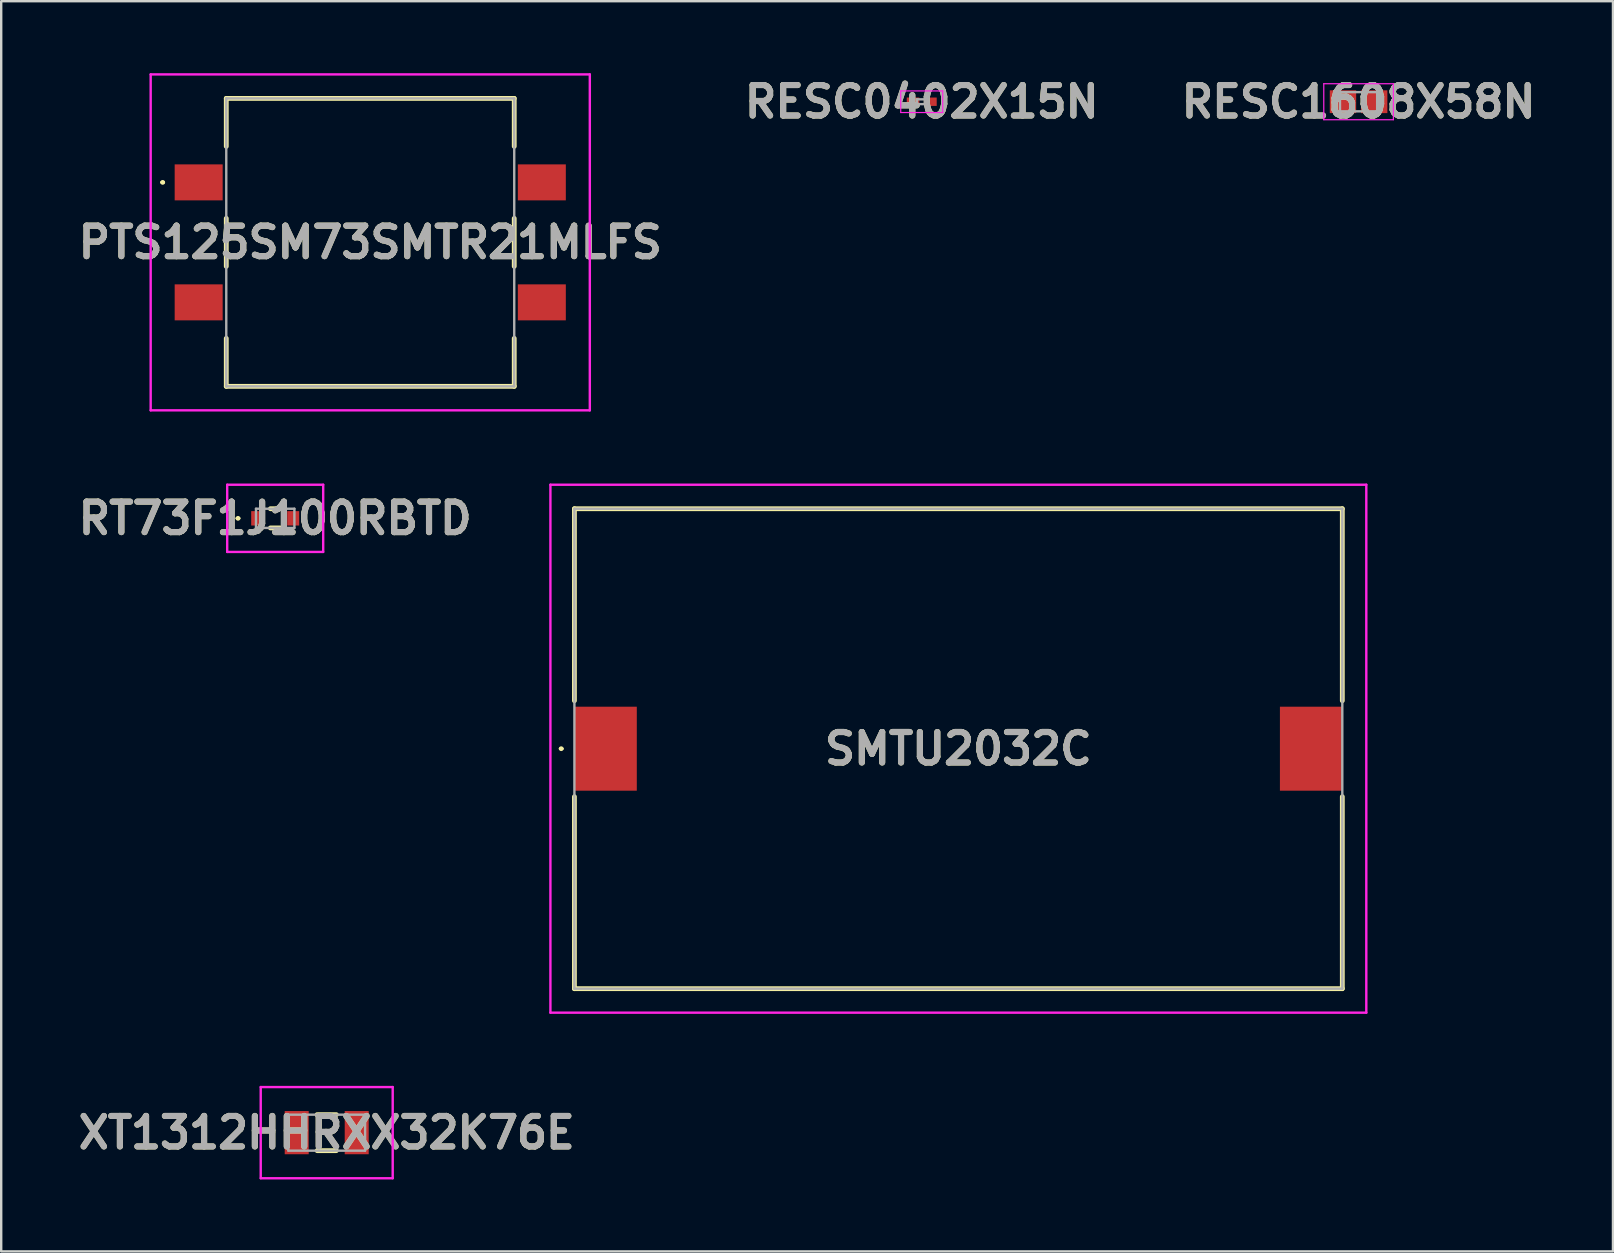
<source format=kicad_pcb>
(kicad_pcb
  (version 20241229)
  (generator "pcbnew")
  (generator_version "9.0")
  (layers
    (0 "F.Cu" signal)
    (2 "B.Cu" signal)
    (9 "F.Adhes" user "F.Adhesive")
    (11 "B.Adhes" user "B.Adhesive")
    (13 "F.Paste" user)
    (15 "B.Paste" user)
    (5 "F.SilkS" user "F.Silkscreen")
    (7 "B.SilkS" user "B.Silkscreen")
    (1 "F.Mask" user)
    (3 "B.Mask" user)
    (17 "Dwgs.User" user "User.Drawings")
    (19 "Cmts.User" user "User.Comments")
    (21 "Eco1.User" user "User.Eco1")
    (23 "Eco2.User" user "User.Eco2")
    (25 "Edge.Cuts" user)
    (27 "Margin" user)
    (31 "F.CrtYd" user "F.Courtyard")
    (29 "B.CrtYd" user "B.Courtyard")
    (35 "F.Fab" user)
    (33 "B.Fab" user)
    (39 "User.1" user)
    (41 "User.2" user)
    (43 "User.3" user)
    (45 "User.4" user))
  (footprint "RESC0402X15N"
    (layer "F.Cu")
    (at 35.361 1.189)
    (property "Reference" "RESC0402X15N" (at 0 0 0) (layer "F.SilkS") (effects (font (size 1.27 1.27) (thickness 0.254))))
    (attr smd)
    (fp_line (start -0.875 -0.45) (end 0.875 -0.45) (stroke (width 0.05) (type solid)) (layer "F.CrtYd"))
    (fp_line (start -0.875 0.45) (end -0.875 -0.45) (stroke (width 0.05) (type solid)) (layer "F.CrtYd"))
    (fp_line (start 0.875 -0.45) (end 0.875 0.45) (stroke (width 0.05) (type solid)) (layer "F.CrtYd"))
    (fp_line (start 0.875 0.45) (end -0.875 0.45) (stroke (width 0.05) (type solid)) (layer "F.CrtYd"))
    (fp_line (start -0.2 -0.1) (end 0.2 -0.1) (stroke (width 0.1) (type solid)) (layer "F.Fab"))
    (fp_line (start -0.2 0.1) (end -0.2 -0.1) (stroke (width 0.1) (type solid)) (layer "F.Fab"))
    (fp_line (start 0.2 -0.1) (end 0.2 0.1) (stroke (width 0.1) (type solid)) (layer "F.Fab"))
    (fp_line (start 0.2 0.1) (end -0.2 0.1) (stroke (width 0.1) (type solid)) (layer "F.Fab"))
    (fp_text user "${REFERENCE}" (at 0 0 0) (layer "F.Fab") (effects (font (size 1.27 1.27) (thickness 0.254))))
    (pad "1" smd rect (at -0.362 0 90) (size 0.35 0.525) (layers "F.Cu" "F.Mask" "F.Paste"))
    (pad "2" smd rect (at 0.362 0 90) (size 0.35 0.525) (layers "F.Cu" "F.Mask" "F.Paste")))
  (footprint "RT73F1J100RBTD"
    (layer "F.Cu")
    (at 8.418 18.55)
    (property "Reference" "RT73F1J100RBTD" (at 0 0 0) (layer "F.SilkS") (effects (font (size 1.27 1.27) (thickness 0.254))))
    (attr smd)
    (fp_line (start -1.6 0) (end -1.6 0) (stroke (width 0.1) (type solid)) (layer "F.SilkS"))
    (fp_line (start -1.5 0) (end -1.5 0) (stroke (width 0.1) (type solid)) (layer "F.SilkS"))
    (fp_line (start -0.2 -0.4) (end 0.2 -0.4) (stroke (width 0.2) (type solid)) (layer "F.SilkS"))
    (fp_line (start -0.2 0.4) (end 0.2 0.4) (stroke (width 0.2) (type solid)) (layer "F.SilkS"))
    (fp_arc (start -1.6 0) (mid -1.55 -0.05) (end -1.5 0) (stroke (width 0.1) (type solid)) (layer "F.SilkS"))
    (fp_arc (start -1.5 0) (mid -1.55 0.05) (end -1.6 0) (stroke (width 0.1) (type solid)) (layer "F.SilkS"))
    (fp_line (start -2 -1.4) (end 2 -1.4) (stroke (width 0.1) (type solid)) (layer "F.CrtYd"))
    (fp_line (start -2 1.4) (end -2 -1.4) (stroke (width 0.1) (type solid)) (layer "F.CrtYd"))
    (fp_line (start 2 -1.4) (end 2 1.4) (stroke (width 0.1) (type solid)) (layer "F.CrtYd"))
    (fp_line (start 2 1.4) (end -2 1.4) (stroke (width 0.1) (type solid)) (layer "F.CrtYd"))
    (fp_line (start -0.8 -0.4) (end 0.8 -0.4) (stroke (width 0.1) (type solid)) (layer "F.Fab"))
    (fp_line (start -0.8 0.4) (end -0.8 -0.4) (stroke (width 0.1) (type solid)) (layer "F.Fab"))
    (fp_line (start 0.8 -0.4) (end 0.8 0.4) (stroke (width 0.1) (type solid)) (layer "F.Fab"))
    (fp_line (start 0.8 0.4) (end -0.8 0.4) (stroke (width 0.1) (type solid)) (layer "F.Fab"))
    (fp_text user "${REFERENCE}" (at 0 0 0) (layer "F.Fab") (effects (font (size 1.27 1.27) (thickness 0.254))))
    (pad "1" smd rect (at -0.75 0) (size 0.5 0.6) (layers "F.Cu" "F.Mask" "F.Paste"))
    (pad "2" smd rect (at 0.75 0) (size 0.5 0.6) (layers "F.Cu" "F.Mask" "F.Paste")))
  (footprint "XT1312HHRXX32K76E"
    (layer "F.Cu")
    (at 10.565 44.15)
    (property "Reference" "XT1312HHRXX32K76E" (at 0 0 0) (layer "F.SilkS") (effects (font (size 1.27 1.27) (thickness 0.254))))
    (attr smd)
    (fp_line (start -2.3 0) (end -2.3 0) (stroke (width 0.1) (type solid)) (layer "F.SilkS"))
    (fp_line (start -2.2 0) (end -2.2 0) (stroke (width 0.1) (type solid)) (layer "F.SilkS"))
    (fp_line (start -0.4 -0.75) (end 0.4 -0.75) (stroke (width 0.2) (type solid)) (layer "F.SilkS"))
    (fp_line (start -0.4 0.75) (end 0.4 0.75) (stroke (width 0.2) (type solid)) (layer "F.SilkS"))
    (fp_arc (start -2.3 0) (mid -2.25 -0.05) (end -2.2 0) (stroke (width 0.1) (type solid)) (layer "F.SilkS"))
    (fp_arc (start -2.2 0) (mid -2.25 0.05) (end -2.3 0) (stroke (width 0.1) (type solid)) (layer "F.SilkS"))
    (fp_line (start -2.75 -1.9) (end 2.75 -1.9) (stroke (width 0.1) (type solid)) (layer "F.CrtYd"))
    (fp_line (start -2.75 1.9) (end -2.75 -1.9) (stroke (width 0.1) (type solid)) (layer "F.CrtYd"))
    (fp_line (start 2.75 -1.9) (end 2.75 1.9) (stroke (width 0.1) (type solid)) (layer "F.CrtYd"))
    (fp_line (start 2.75 1.9) (end -2.75 1.9) (stroke (width 0.1) (type solid)) (layer "F.CrtYd"))
    (fp_line (start -1.6 -0.75) (end 1.6 -0.75) (stroke (width 0.1) (type solid)) (layer "F.Fab"))
    (fp_line (start -1.6 0.75) (end -1.6 -0.75) (stroke (width 0.1) (type solid)) (layer "F.Fab"))
    (fp_line (start 1.6 -0.75) (end 1.6 0.75) (stroke (width 0.1) (type solid)) (layer "F.Fab"))
    (fp_line (start 1.6 0.75) (end -1.6 0.75) (stroke (width 0.1) (type solid)) (layer "F.Fab"))
    (fp_text user "${REFERENCE}" (at 0 0 0) (layer "F.Fab") (effects (font (size 1.27 1.27) (thickness 0.254))))
    (pad "1" smd rect (at -1.25 0) (size 1 1.8) (layers "F.Cu" "F.Mask" "F.Paste"))
    (pad "2" smd rect (at 1.25 0) (size 1 1.8) (layers "F.Cu" "F.Mask" "F.Paste")))
  (footprint "SMTU2032C"
    (layer "F.Cu")
    (at 36.887 28.15)
    (property "Reference" "SMTU2032C" (at 0 0 0) (layer "F.SilkS") (effects (font (size 1.27 1.27) (thickness 0.254))))
    (attr smd)
    (fp_line (start -16.6 0) (end -16.6 0) (stroke (width 0.1) (type solid)) (layer "F.SilkS"))
    (fp_line (start -16.5 0) (end -16.5 0) (stroke (width 0.1) (type solid)) (layer "F.SilkS"))
    (fp_line (start -16 -10) (end 16 -10) (stroke (width 0.2) (type solid)) (layer "F.SilkS"))
    (fp_line (start -16 -2) (end -16 -10) (stroke (width 0.2) (type solid)) (layer "F.SilkS"))
    (fp_line (start -16 10) (end -16 2) (stroke (width 0.2) (type solid)) (layer "F.SilkS"))
    (fp_line (start 16 -10) (end 16 -2) (stroke (width 0.2) (type solid)) (layer "F.SilkS"))
    (fp_line (start 16 2) (end 16 10) (stroke (width 0.2) (type solid)) (layer "F.SilkS"))
    (fp_line (start 16 10) (end -16 10) (stroke (width 0.2) (type solid)) (layer "F.SilkS"))
    (fp_arc (start -16.6 0) (mid -16.55 -0.05) (end -16.5 0) (stroke (width 0.1) (type solid)) (layer "F.SilkS"))
    (fp_arc (start -16.5 0) (mid -16.55 0.05) (end -16.6 0) (stroke (width 0.1) (type solid)) (layer "F.SilkS"))
    (fp_line (start -17 -11) (end 17 -11) (stroke (width 0.1) (type solid)) (layer "F.CrtYd"))
    (fp_line (start -17 11) (end -17 -11) (stroke (width 0.1) (type solid)) (layer "F.CrtYd"))
    (fp_line (start 17 -11) (end 17 11) (stroke (width 0.1) (type solid)) (layer "F.CrtYd"))
    (fp_line (start 17 11) (end -17 11) (stroke (width 0.1) (type solid)) (layer "F.CrtYd"))
    (fp_line (start -16 -10) (end -16 10) (stroke (width 0.1) (type solid)) (layer "F.Fab"))
    (fp_line (start -16 10) (end 16 10) (stroke (width 0.1) (type solid)) (layer "F.Fab"))
    (fp_line (start 16 -10) (end -16 -10) (stroke (width 0.1) (type solid)) (layer "F.Fab"))
    (fp_line (start 16 10) (end 16 -10) (stroke (width 0.1) (type solid)) (layer "F.Fab"))
    (fp_text user "${REFERENCE}" (at 0 0 0) (layer "F.Fab") (effects (font (size 1.27 1.27) (thickness 0.254))))
    (pad "1" smd rect (at -14.7 0) (size 2.6 3.5) (layers "F.Cu" "F.Mask" "F.Paste"))
    (pad "2" smd rect (at 14.7 0) (size 2.6 3.5) (layers "F.Cu" "F.Mask" "F.Paste")))
  (footprint "PTS125SM73SMTR21MLFS"
    (layer "F.Cu")
    (at 12.379 7.05)
    (property "Reference" "PTS125SM73SMTR21MLFS" (at 0 0 0) (layer "F.SilkS") (effects (font (size 1.27 1.27) (thickness 0.254))))
    (attr smd)
    (fp_line (start -8.7 -2.5) (end -8.7 -2.5) (stroke (width 0.1) (type solid)) (layer "F.SilkS"))
    (fp_line (start -8.6 -2.5) (end -8.6 -2.5) (stroke (width 0.1) (type solid)) (layer "F.SilkS"))
    (fp_line (start -6 -6) (end 6 -6) (stroke (width 0.2) (type solid)) (layer "F.SilkS"))
    (fp_line (start -6 -4) (end -6 -6) (stroke (width 0.2) (type solid)) (layer "F.SilkS"))
    (fp_line (start -6 1) (end -6 -1) (stroke (width 0.2) (type solid)) (layer "F.SilkS"))
    (fp_line (start -6 4) (end -6 6) (stroke (width 0.2) (type solid)) (layer "F.SilkS"))
    (fp_line (start -6 6) (end 6 6) (stroke (width 0.2) (type solid)) (layer "F.SilkS"))
    (fp_line (start 6 -6) (end 6 -4) (stroke (width 0.2) (type solid)) (layer "F.SilkS"))
    (fp_line (start 6 1) (end 6 -1) (stroke (width 0.2) (type solid)) (layer "F.SilkS"))
    (fp_line (start 6 6) (end 6 4) (stroke (width 0.2) (type solid)) (layer "F.SilkS"))
    (fp_arc (start -8.7 -2.5) (mid -8.65 -2.55) (end -8.6 -2.5) (stroke (width 0.1) (type solid)) (layer "F.SilkS"))
    (fp_arc (start -8.6 -2.5) (mid -8.65 -2.45) (end -8.7 -2.5) (stroke (width 0.1) (type solid)) (layer "F.SilkS"))
    (fp_line (start -9.15 -7) (end 9.15 -7) (stroke (width 0.1) (type solid)) (layer "F.CrtYd"))
    (fp_line (start -9.15 7) (end -9.15 -7) (stroke (width 0.1) (type solid)) (layer "F.CrtYd"))
    (fp_line (start 9.15 -7) (end 9.15 7) (stroke (width 0.1) (type solid)) (layer "F.CrtYd"))
    (fp_line (start 9.15 7) (end -9.15 7) (stroke (width 0.1) (type solid)) (layer "F.CrtYd"))
    (fp_line (start -6 -6) (end 6 -6) (stroke (width 0.1) (type solid)) (layer "F.Fab"))
    (fp_line (start -6 6) (end -6 -6) (stroke (width 0.1) (type solid)) (layer "F.Fab"))
    (fp_line (start 6 -6) (end 6 6) (stroke (width 0.1) (type solid)) (layer "F.Fab"))
    (fp_line (start 6 6) (end -6 6) (stroke (width 0.1) (type solid)) (layer "F.Fab"))
    (fp_text user "${REFERENCE}" (at 0 0 0) (layer "F.Fab") (effects (font (size 1.27 1.27) (thickness 0.254))))
    (pad "A1" smd rect (at -7.15 -2.5 90) (size 1.5 2) (layers "F.Cu" "F.Mask" "F.Paste"))
    (pad "B1" smd rect (at 7.15 -2.5 90) (size 1.5 2) (layers "F.Cu" "F.Mask" "F.Paste"))
    (pad "C1" smd rect (at -7.15 2.5 90) (size 1.5 2) (layers "F.Cu" "F.Mask" "F.Paste"))
    (pad "D1" smd rect (at 7.15 2.5 90) (size 1.5 2) (layers "F.Cu" "F.Mask" "F.Paste")))
  (footprint "RESC1608X58N"
    (layer "F.Cu")
    (at 53.565 1.189)
    (property "Reference" "RESC1608X58N" (at 0 0 0) (layer "F.SilkS") (effects (font (size 1.27 1.27) (thickness 0.254))))
    (attr smd)
    (fp_line (start -1.45 -0.75) (end 1.45 -0.75) (stroke (width 0.05) (type solid)) (layer "F.CrtYd"))
    (fp_line (start -1.45 0.75) (end -1.45 -0.75) (stroke (width 0.05) (type solid)) (layer "F.CrtYd"))
    (fp_line (start 1.45 -0.75) (end 1.45 0.75) (stroke (width 0.05) (type solid)) (layer "F.CrtYd"))
    (fp_line (start 1.45 0.75) (end -1.45 0.75) (stroke (width 0.05) (type solid)) (layer "F.CrtYd"))
    (fp_line (start -0.775 -0.4) (end 0.775 -0.4) (stroke (width 0.1) (type solid)) (layer "F.Fab"))
    (fp_line (start -0.775 0.4) (end -0.775 -0.4) (stroke (width 0.1) (type solid)) (layer "F.Fab"))
    (fp_line (start 0.775 -0.4) (end 0.775 0.4) (stroke (width 0.1) (type solid)) (layer "F.Fab"))
    (fp_line (start 0.775 0.4) (end -0.775 0.4) (stroke (width 0.1) (type solid)) (layer "F.Fab"))
    (fp_text user "${REFERENCE}" (at 0 0 0) (layer "F.Fab") (effects (font (size 1.27 1.27) (thickness 0.254))))
    (pad "1" smd rect (at -0.65 0 90) (size 0.95 1.1) (layers "F.Cu" "F.Mask" "F.Paste"))
    (pad "2" smd rect (at 0.65 0 90) (size 0.95 1.1) (layers "F.Cu" "F.Mask" "F.Paste")))
  (gr_rect
    (start -3 -3)
    (end 64.166 49.1)
    (stroke (width 0.1) (type default))
    (fill no)
    (layer "Edge.Cuts")))
</source>
